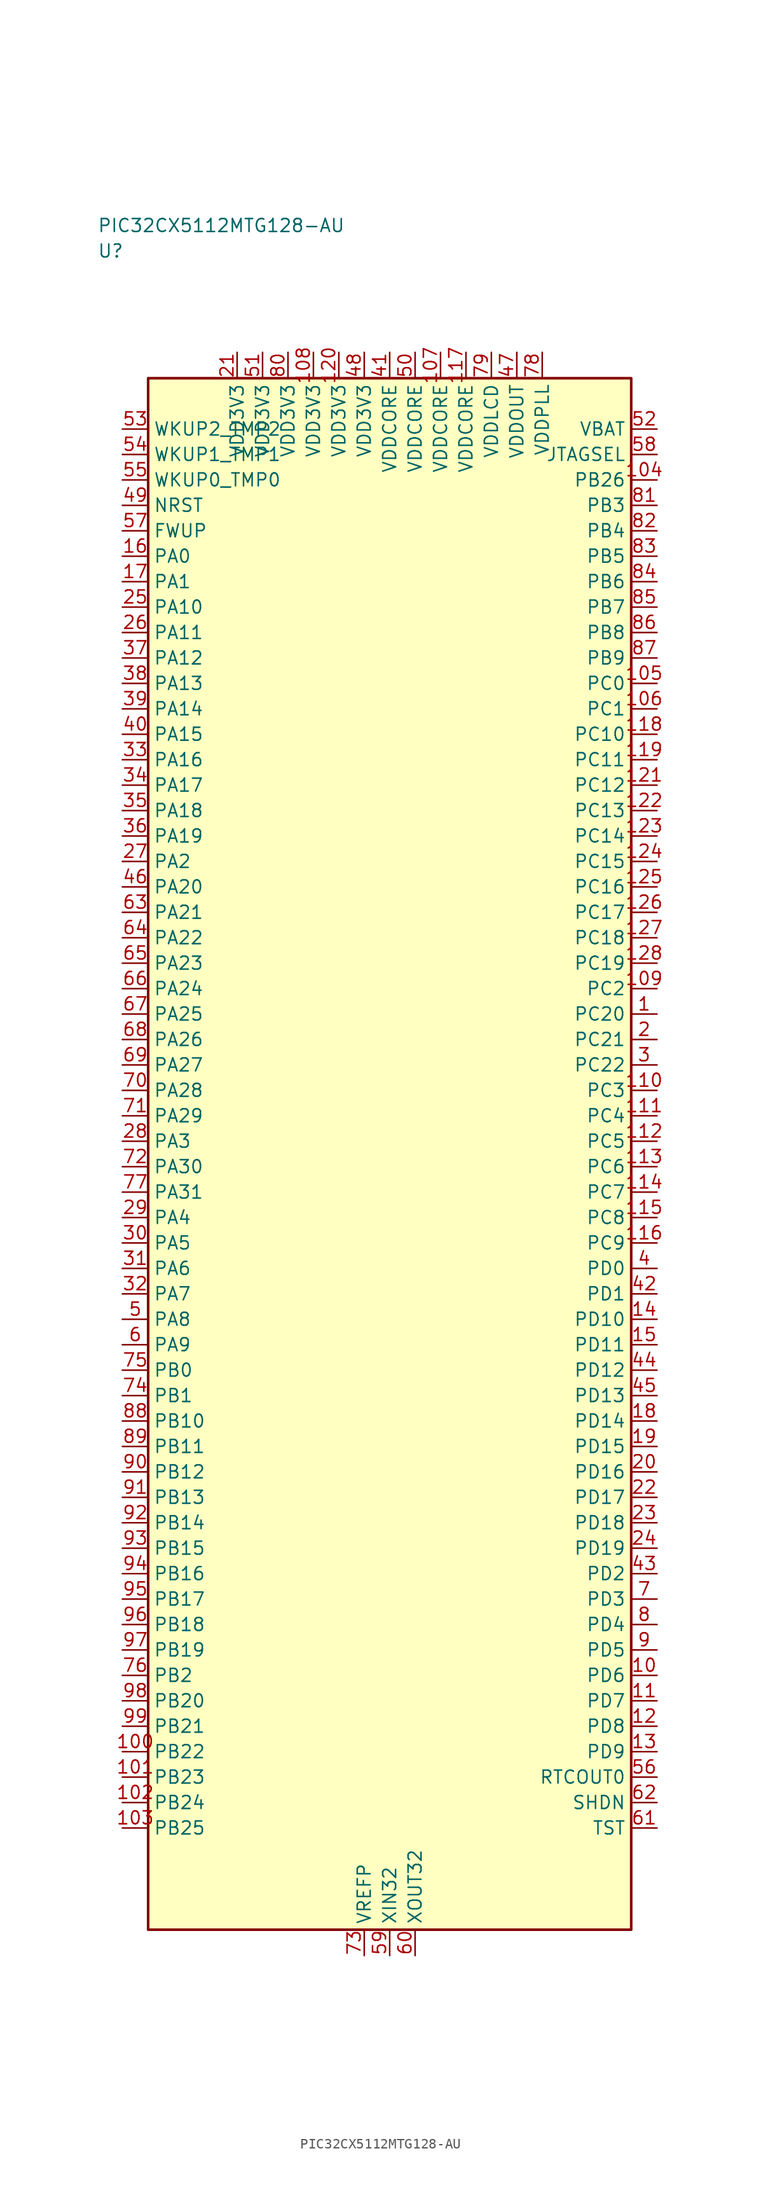
<source format=kicad_sym>
(kicad_symbol_lib
  (version 20241025)
  (generator "kicad_symbol_editor")
  (generator_version "8.0")
  (symbol "PIC32CX5112MTG128-AU"
    (property "Reference" "U"
      (at -28.75 88.75 0)
      (effects (font (size 1.27 1.27)) (justify left)))
    (property "Value" "PIC32CX5112MTG128-AU"
      (at -28.75 91.25 0)
      (effects (font (size 1.27 1.27)) (justify left)))
    (symbol "PIC32CX5112MTG128-AU_0_1"
      (rectangle (start -23.75 76.25) (end 23.75 -76.25) (stroke (width 0.254) (type default)) (fill (type background))))
    (symbol "PIC32CX5112MTG128-AU_1_1"
      (pin bidirectional line (at -26.29 58.75 0.0) (length 2.54) (name "PA0" (effects (font (size 1.27 1.27)))) (number "16" (effects (font (size 1.27 1.27)))))
      (pin bidirectional line (at -26.29 56.25 0.0) (length 2.54) (name "PA1" (effects (font (size 1.27 1.27)))) (number "17" (effects (font (size 1.27 1.27)))))
      (pin bidirectional line (at -26.29 28.75 0.0) (length 2.54) (name "PA2" (effects (font (size 1.27 1.27)))) (number "27" (effects (font (size 1.27 1.27)))))
      (pin bidirectional line (at -26.29 1.25 0.0) (length 2.54) (name "PA3" (effects (font (size 1.27 1.27)))) (number "28" (effects (font (size 1.27 1.27)))))
      (pin bidirectional line (at -26.29 -6.25 0.0) (length 2.54) (name "PA4" (effects (font (size 1.27 1.27)))) (number "29" (effects (font (size 1.27 1.27)))))
      (pin bidirectional line (at -26.29 -8.75 0.0) (length 2.54) (name "PA5" (effects (font (size 1.27 1.27)))) (number "30" (effects (font (size 1.27 1.27)))))
      (pin bidirectional line (at -26.29 -11.25 0.0) (length 2.54) (name "PA6" (effects (font (size 1.27 1.27)))) (number "31" (effects (font (size 1.27 1.27)))))
      (pin bidirectional line (at -26.29 -13.75 0.0) (length 2.54) (name "PA7" (effects (font (size 1.27 1.27)))) (number "32" (effects (font (size 1.27 1.27)))))
      (pin bidirectional line (at -26.29 -16.25 0.0) (length 2.54) (name "PA8" (effects (font (size 1.27 1.27)))) (number "5" (effects (font (size 1.27 1.27)))))
      (pin bidirectional line (at -26.29 -18.75 0.0) (length 2.54) (name "PA9" (effects (font (size 1.27 1.27)))) (number "6" (effects (font (size 1.27 1.27)))))
      (pin bidirectional line (at -26.29 53.75 0.0) (length 2.54) (name "PA10" (effects (font (size 1.27 1.27)))) (number "25" (effects (font (size 1.27 1.27)))))
      (pin bidirectional line (at -26.29 51.25 0.0) (length 2.54) (name "PA11" (effects (font (size 1.27 1.27)))) (number "26" (effects (font (size 1.27 1.27)))))
      (pin bidirectional line (at -26.29 48.75 0.0) (length 2.54) (name "PA12" (effects (font (size 1.27 1.27)))) (number "37" (effects (font (size 1.27 1.27)))))
      (pin bidirectional line (at -26.29 46.25 0.0) (length 2.54) (name "PA13" (effects (font (size 1.27 1.27)))) (number "38" (effects (font (size 1.27 1.27)))))
      (pin bidirectional line (at -26.29 43.75 0.0) (length 2.54) (name "PA14" (effects (font (size 1.27 1.27)))) (number "39" (effects (font (size 1.27 1.27)))))
      (pin bidirectional line (at -26.29 41.25 0.0) (length 2.54) (name "PA15" (effects (font (size 1.27 1.27)))) (number "40" (effects (font (size 1.27 1.27)))))
      (pin bidirectional line (at -26.29 38.75 0.0) (length 2.54) (name "PA16" (effects (font (size 1.27 1.27)))) (number "33" (effects (font (size 1.27 1.27)))))
      (pin bidirectional line (at -26.29 36.25 0.0) (length 2.54) (name "PA17" (effects (font (size 1.27 1.27)))) (number "34" (effects (font (size 1.27 1.27)))))
      (pin bidirectional line (at -26.29 33.75 0.0) (length 2.54) (name "PA18" (effects (font (size 1.27 1.27)))) (number "35" (effects (font (size 1.27 1.27)))))
      (pin bidirectional line (at -26.29 31.25 0.0) (length 2.54) (name "PA19" (effects (font (size 1.27 1.27)))) (number "36" (effects (font (size 1.27 1.27)))))
      (pin bidirectional line (at -26.29 26.25 0.0) (length 2.54) (name "PA20" (effects (font (size 1.27 1.27)))) (number "46" (effects (font (size 1.27 1.27)))))
      (pin bidirectional line (at -26.29 23.75 0.0) (length 2.54) (name "PA21" (effects (font (size 1.27 1.27)))) (number "63" (effects (font (size 1.27 1.27)))))
      (pin bidirectional line (at -26.29 21.25 0.0) (length 2.54) (name "PA22" (effects (font (size 1.27 1.27)))) (number "64" (effects (font (size 1.27 1.27)))))
      (pin bidirectional line (at -26.29 18.75 0.0) (length 2.54) (name "PA23" (effects (font (size 1.27 1.27)))) (number "65" (effects (font (size 1.27 1.27)))))
      (pin bidirectional line (at -26.29 16.25 0.0) (length 2.54) (name "PA24" (effects (font (size 1.27 1.27)))) (number "66" (effects (font (size 1.27 1.27)))))
      (pin bidirectional line (at -26.29 13.75 0.0) (length 2.54) (name "PA25" (effects (font (size 1.27 1.27)))) (number "67" (effects (font (size 1.27 1.27)))))
      (pin bidirectional line (at -26.29 11.25 0.0) (length 2.54) (name "PA26" (effects (font (size 1.27 1.27)))) (number "68" (effects (font (size 1.27 1.27)))))
      (pin bidirectional line (at -26.29 8.75 0.0) (length 2.54) (name "PA27" (effects (font (size 1.27 1.27)))) (number "69" (effects (font (size 1.27 1.27)))))
      (pin bidirectional line (at -26.29 6.25 0.0) (length 2.54) (name "PA28" (effects (font (size 1.27 1.27)))) (number "70" (effects (font (size 1.27 1.27)))))
      (pin bidirectional line (at -26.29 3.75 0.0) (length 2.54) (name "PA29" (effects (font (size 1.27 1.27)))) (number "71" (effects (font (size 1.27 1.27)))))
      (pin bidirectional line (at -26.29 -1.25 0.0) (length 2.54) (name "PA30" (effects (font (size 1.27 1.27)))) (number "72" (effects (font (size 1.27 1.27)))))
      (pin bidirectional line (at -26.29 -23.75 0.0) (length 2.54) (name "PB1" (effects (font (size 1.27 1.27)))) (number "74" (effects (font (size 1.27 1.27)))))
      (pin bidirectional line (at -26.29 -21.25 0.0) (length 2.54) (name "PB0" (effects (font (size 1.27 1.27)))) (number "75" (effects (font (size 1.27 1.27)))))
      (pin bidirectional line (at -26.29 -51.25 0.0) (length 2.54) (name "PB2" (effects (font (size 1.27 1.27)))) (number "76" (effects (font (size 1.27 1.27)))))
      (pin bidirectional line (at -26.29 -3.75 0.0) (length 2.54) (name "PA31" (effects (font (size 1.27 1.27)))) (number "77" (effects (font (size 1.27 1.27)))))
      (pin bidirectional line (at 26.29 63.75 180.0) (length 2.54) (name "PB3" (effects (font (size 1.27 1.27)))) (number "81" (effects (font (size 1.27 1.27)))))
      (pin bidirectional line (at 26.29 61.25 180.0) (length 2.54) (name "PB4" (effects (font (size 1.27 1.27)))) (number "82" (effects (font (size 1.27 1.27)))))
      (pin bidirectional line (at 26.29 58.75 180.0) (length 2.54) (name "PB5" (effects (font (size 1.27 1.27)))) (number "83" (effects (font (size 1.27 1.27)))))
      (pin bidirectional line (at 26.29 56.25 180.0) (length 2.54) (name "PB6" (effects (font (size 1.27 1.27)))) (number "84" (effects (font (size 1.27 1.27)))))
      (pin bidirectional line (at 26.29 53.75 180.0) (length 2.54) (name "PB7" (effects (font (size 1.27 1.27)))) (number "85" (effects (font (size 1.27 1.27)))))
      (pin bidirectional line (at 26.29 51.25 180.0) (length 2.54) (name "PB8" (effects (font (size 1.27 1.27)))) (number "86" (effects (font (size 1.27 1.27)))))
      (pin bidirectional line (at 26.29 48.75 180.0) (length 2.54) (name "PB9" (effects (font (size 1.27 1.27)))) (number "87" (effects (font (size 1.27 1.27)))))
      (pin bidirectional line (at -26.29 -26.25 0.0) (length 2.54) (name "PB10" (effects (font (size 1.27 1.27)))) (number "88" (effects (font (size 1.27 1.27)))))
      (pin bidirectional line (at -26.29 -28.75 0.0) (length 2.54) (name "PB11" (effects (font (size 1.27 1.27)))) (number "89" (effects (font (size 1.27 1.27)))))
      (pin bidirectional line (at -26.29 -31.25 0.0) (length 2.54) (name "PB12" (effects (font (size 1.27 1.27)))) (number "90" (effects (font (size 1.27 1.27)))))
      (pin bidirectional line (at -26.29 -33.75 0.0) (length 2.54) (name "PB13" (effects (font (size 1.27 1.27)))) (number "91" (effects (font (size 1.27 1.27)))))
      (pin bidirectional line (at -26.29 -36.25 0.0) (length 2.54) (name "PB14" (effects (font (size 1.27 1.27)))) (number "92" (effects (font (size 1.27 1.27)))))
      (pin bidirectional line (at -26.29 -38.75 0.0) (length 2.54) (name "PB15" (effects (font (size 1.27 1.27)))) (number "93" (effects (font (size 1.27 1.27)))))
      (pin bidirectional line (at -26.29 -41.25 0.0) (length 2.54) (name "PB16" (effects (font (size 1.27 1.27)))) (number "94" (effects (font (size 1.27 1.27)))))
      (pin bidirectional line (at -26.29 -43.75 0.0) (length 2.54) (name "PB17" (effects (font (size 1.27 1.27)))) (number "95" (effects (font (size 1.27 1.27)))))
      (pin bidirectional line (at -26.29 -46.25 0.0) (length 2.54) (name "PB18" (effects (font (size 1.27 1.27)))) (number "96" (effects (font (size 1.27 1.27)))))
      (pin bidirectional line (at -26.29 -48.75 0.0) (length 2.54) (name "PB19" (effects (font (size 1.27 1.27)))) (number "97" (effects (font (size 1.27 1.27)))))
      (pin bidirectional line (at -26.29 -53.75 0.0) (length 2.54) (name "PB20" (effects (font (size 1.27 1.27)))) (number "98" (effects (font (size 1.27 1.27)))))
      (pin bidirectional line (at -26.29 -56.25 0.0) (length 2.54) (name "PB21" (effects (font (size 1.27 1.27)))) (number "99" (effects (font (size 1.27 1.27)))))
      (pin bidirectional line (at -26.29 -58.75 0.0) (length 2.54) (name "PB22" (effects (font (size 1.27 1.27)))) (number "100" (effects (font (size 1.27 1.27)))))
      (pin bidirectional line (at -26.29 -61.25 0.0) (length 2.54) (name "PB23" (effects (font (size 1.27 1.27)))) (number "101" (effects (font (size 1.27 1.27)))))
      (pin bidirectional line (at -26.29 -63.75 0.0) (length 2.54) (name "PB24" (effects (font (size 1.27 1.27)))) (number "102" (effects (font (size 1.27 1.27)))))
      (pin bidirectional line (at -26.29 -66.25 0.0) (length 2.54) (name "PB25" (effects (font (size 1.27 1.27)))) (number "103" (effects (font (size 1.27 1.27)))))
      (pin bidirectional line (at 26.29 66.25 180.0) (length 2.54) (name "PB26" (effects (font (size 1.27 1.27)))) (number "104" (effects (font (size 1.27 1.27)))))
      (pin bidirectional line (at 26.29 46.25 180.0) (length 2.54) (name "PC0" (effects (font (size 1.27 1.27)))) (number "105" (effects (font (size 1.27 1.27)))))
      (pin bidirectional line (at 26.29 43.75 180.0) (length 2.54) (name "PC1" (effects (font (size 1.27 1.27)))) (number "106" (effects (font (size 1.27 1.27)))))
      (pin bidirectional line (at 26.29 16.25 180.0) (length 2.54) (name "PC2" (effects (font (size 1.27 1.27)))) (number "109" (effects (font (size 1.27 1.27)))))
      (pin bidirectional line (at 26.29 6.25 180.0) (length 2.54) (name "PC3" (effects (font (size 1.27 1.27)))) (number "110" (effects (font (size 1.27 1.27)))))
      (pin bidirectional line (at 26.29 3.75 180.0) (length 2.54) (name "PC4" (effects (font (size 1.27 1.27)))) (number "111" (effects (font (size 1.27 1.27)))))
      (pin bidirectional line (at 26.29 1.25 180.0) (length 2.54) (name "PC5" (effects (font (size 1.27 1.27)))) (number "112" (effects (font (size 1.27 1.27)))))
      (pin bidirectional line (at 26.29 -1.25 180.0) (length 2.54) (name "PC6" (effects (font (size 1.27 1.27)))) (number "113" (effects (font (size 1.27 1.27)))))
      (pin bidirectional line (at 26.29 -3.75 180.0) (length 2.54) (name "PC7" (effects (font (size 1.27 1.27)))) (number "114" (effects (font (size 1.27 1.27)))))
      (pin bidirectional line (at 26.29 -6.25 180.0) (length 2.54) (name "PC8" (effects (font (size 1.27 1.27)))) (number "115" (effects (font (size 1.27 1.27)))))
      (pin bidirectional line (at 26.29 -8.75 180.0) (length 2.54) (name "PC9" (effects (font (size 1.27 1.27)))) (number "116" (effects (font (size 1.27 1.27)))))
      (pin bidirectional line (at 26.29 41.25 180.0) (length 2.54) (name "PC10" (effects (font (size 1.27 1.27)))) (number "118" (effects (font (size 1.27 1.27)))))
      (pin bidirectional line (at 26.29 38.75 180.0) (length 2.54) (name "PC11" (effects (font (size 1.27 1.27)))) (number "119" (effects (font (size 1.27 1.27)))))
      (pin bidirectional line (at 26.29 36.25 180.0) (length 2.54) (name "PC12" (effects (font (size 1.27 1.27)))) (number "121" (effects (font (size 1.27 1.27)))))
      (pin bidirectional line (at 26.29 33.75 180.0) (length 2.54) (name "PC13" (effects (font (size 1.27 1.27)))) (number "122" (effects (font (size 1.27 1.27)))))
      (pin bidirectional line (at 26.29 31.25 180.0) (length 2.54) (name "PC14" (effects (font (size 1.27 1.27)))) (number "123" (effects (font (size 1.27 1.27)))))
      (pin bidirectional line (at 26.29 28.75 180.0) (length 2.54) (name "PC15" (effects (font (size 1.27 1.27)))) (number "124" (effects (font (size 1.27 1.27)))))
      (pin bidirectional line (at 26.29 26.25 180.0) (length 2.54) (name "PC16" (effects (font (size 1.27 1.27)))) (number "125" (effects (font (size 1.27 1.27)))))
      (pin bidirectional line (at 26.29 23.75 180.0) (length 2.54) (name "PC17" (effects (font (size 1.27 1.27)))) (number "126" (effects (font (size 1.27 1.27)))))
      (pin bidirectional line (at 26.29 21.25 180.0) (length 2.54) (name "PC18" (effects (font (size 1.27 1.27)))) (number "127" (effects (font (size 1.27 1.27)))))
      (pin bidirectional line (at 26.29 18.75 180.0) (length 2.54) (name "PC19" (effects (font (size 1.27 1.27)))) (number "128" (effects (font (size 1.27 1.27)))))
      (pin bidirectional line (at 26.29 13.75 180.0) (length 2.54) (name "PC20" (effects (font (size 1.27 1.27)))) (number "1" (effects (font (size 1.27 1.27)))))
      (pin bidirectional line (at 26.29 11.25 180.0) (length 2.54) (name "PC21" (effects (font (size 1.27 1.27)))) (number "2" (effects (font (size 1.27 1.27)))))
      (pin bidirectional line (at 26.29 8.75 180.0) (length 2.54) (name "PC22" (effects (font (size 1.27 1.27)))) (number "3" (effects (font (size 1.27 1.27)))))
      (pin bidirectional line (at 26.29 -11.25 180.0) (length 2.54) (name "PD0" (effects (font (size 1.27 1.27)))) (number "4" (effects (font (size 1.27 1.27)))))
      (pin bidirectional line (at 26.29 -13.75 180.0) (length 2.54) (name "PD1" (effects (font (size 1.27 1.27)))) (number "42" (effects (font (size 1.27 1.27)))))
      (pin bidirectional line (at 26.29 -41.25 180.0) (length 2.54) (name "PD2" (effects (font (size 1.27 1.27)))) (number "43" (effects (font (size 1.27 1.27)))))
      (pin bidirectional line (at 26.29 -43.75 180.0) (length 2.54) (name "PD3" (effects (font (size 1.27 1.27)))) (number "7" (effects (font (size 1.27 1.27)))))
      (pin bidirectional line (at 26.29 -46.25 180.0) (length 2.54) (name "PD4" (effects (font (size 1.27 1.27)))) (number "8" (effects (font (size 1.27 1.27)))))
      (pin bidirectional line (at 26.29 -48.75 180.0) (length 2.54) (name "PD5" (effects (font (size 1.27 1.27)))) (number "9" (effects (font (size 1.27 1.27)))))
      (pin bidirectional line (at 26.29 -51.25 180.0) (length 2.54) (name "PD6" (effects (font (size 1.27 1.27)))) (number "10" (effects (font (size 1.27 1.27)))))
      (pin bidirectional line (at 26.29 -53.75 180.0) (length 2.54) (name "PD7" (effects (font (size 1.27 1.27)))) (number "11" (effects (font (size 1.27 1.27)))))
      (pin bidirectional line (at 26.29 -56.25 180.0) (length 2.54) (name "PD8" (effects (font (size 1.27 1.27)))) (number "12" (effects (font (size 1.27 1.27)))))
      (pin bidirectional line (at 26.29 -58.75 180.0) (length 2.54) (name "PD9" (effects (font (size 1.27 1.27)))) (number "13" (effects (font (size 1.27 1.27)))))
      (pin bidirectional line (at 26.29 -16.25 180.0) (length 2.54) (name "PD10" (effects (font (size 1.27 1.27)))) (number "14" (effects (font (size 1.27 1.27)))))
      (pin bidirectional line (at 26.29 -18.75 180.0) (length 2.54) (name "PD11" (effects (font (size 1.27 1.27)))) (number "15" (effects (font (size 1.27 1.27)))))
      (pin bidirectional line (at 26.29 -21.25 180.0) (length 2.54) (name "PD12" (effects (font (size 1.27 1.27)))) (number "44" (effects (font (size 1.27 1.27)))))
      (pin bidirectional line (at 26.29 -23.75 180.0) (length 2.54) (name "PD13" (effects (font (size 1.27 1.27)))) (number "45" (effects (font (size 1.27 1.27)))))
      (pin bidirectional line (at 26.29 -26.25 180.0) (length 2.54) (name "PD14" (effects (font (size 1.27 1.27)))) (number "18" (effects (font (size 1.27 1.27)))))
      (pin bidirectional line (at 26.29 -28.75 180.0) (length 2.54) (name "PD15" (effects (font (size 1.27 1.27)))) (number "19" (effects (font (size 1.27 1.27)))))
      (pin bidirectional line (at 26.29 -31.25 180.0) (length 2.54) (name "PD16" (effects (font (size 1.27 1.27)))) (number "20" (effects (font (size 1.27 1.27)))))
      (pin bidirectional line (at 26.29 -33.75 180.0) (length 2.54) (name "PD17" (effects (font (size 1.27 1.27)))) (number "22" (effects (font (size 1.27 1.27)))))
      (pin bidirectional line (at 26.29 -36.25 180.0) (length 2.54) (name "PD18" (effects (font (size 1.27 1.27)))) (number "23" (effects (font (size 1.27 1.27)))))
      (pin bidirectional line (at 26.29 -38.75 180.0) (length 2.54) (name "PD19" (effects (font (size 1.27 1.27)))) (number "24" (effects (font (size 1.27 1.27)))))
      (pin input line (at -26.29 63.75 0.0) (length 2.54) (name "NRST" (effects (font (size 1.27 1.27)))) (number "49" (effects (font (size 1.27 1.27)))))
      (pin bidirectional line (at -26.29 61.25 0.0) (length 2.54) (name "FWUP" (effects (font (size 1.27 1.27)))) (number "57" (effects (font (size 1.27 1.27)))))
      (pin output line (at 26.29 68.75 180.0) (length 2.54) (name "JTAGSEL" (effects (font (size 1.27 1.27)))) (number "58" (effects (font (size 1.27 1.27)))))
      (pin bidirectional line (at 26.29 -63.75 180.0) (length 2.54) (name "SHDN" (effects (font (size 1.27 1.27)))) (number "62" (effects (font (size 1.27 1.27)))))
      (pin bidirectional line (at 26.29 -66.25 180.0) (length 2.54) (name "TST" (effects (font (size 1.27 1.27)))) (number "61" (effects (font (size 1.27 1.27)))))
      (pin bidirectional line (at 26.29 -61.25 180.0) (length 2.54) (name "RTCOUT0" (effects (font (size 1.27 1.27)))) (number "56" (effects (font (size 1.27 1.27)))))
      (pin input line (at -26.29 66.25 0.0) (length 2.54) (name "WKUP0_TMP0" (effects (font (size 1.27 1.27)))) (number "55" (effects (font (size 1.27 1.27)))))
      (pin input line (at -26.29 68.75 0.0) (length 2.54) (name "WKUP1_TMP1" (effects (font (size 1.27 1.27)))) (number "54" (effects (font (size 1.27 1.27)))))
      (pin input line (at -26.29 71.25 0.0) (length 2.54) (name "WKUP2_TMP2" (effects (font (size 1.27 1.27)))) (number "53" (effects (font (size 1.27 1.27)))))
      (pin passive line (at 2.5 -78.79 90.0) (length 2.54) (name "XOUT32" (effects (font (size 1.27 1.27)))) (number "60" (effects (font (size 1.27 1.27)))))
      (pin passive line (at 0.0 -78.79 90.0) (length 2.54) (name "XIN32" (effects (font (size 1.27 1.27)))) (number "59" (effects (font (size 1.27 1.27)))))
      (pin power_in line (at -15.0 78.79 270.0) (length 2.54) (name "VDD3V3" (effects (font (size 1.27 1.27)))) (number "21" (effects (font (size 1.27 1.27)))))
      (pin output line (at 26.29 71.25 180.0) (length 2.54) (name "VBAT" (effects (font (size 1.27 1.27)))) (number "52" (effects (font (size 1.27 1.27)))))
      (pin power_in line (at -12.5 78.79 270.0) (length 2.54) (name "VDD3V3" (effects (font (size 1.27 1.27)))) (number "51" (effects (font (size 1.27 1.27)))))
      (pin power_in line (at -10.0 78.79 270.0) (length 2.54) (name "VDD3V3" (effects (font (size 1.27 1.27)))) (number "80" (effects (font (size 1.27 1.27)))))
      (pin power_in line (at -7.5 78.79 270.0) (length 2.54) (name "VDD3V3" (effects (font (size 1.27 1.27)))) (number "108" (effects (font (size 1.27 1.27)))))
      (pin power_in line (at -5.0 78.79 270.0) (length 2.54) (name "VDD3V3" (effects (font (size 1.27 1.27)))) (number "120" (effects (font (size 1.27 1.27)))))
      (pin power_in line (at 0.0 78.79 270.0) (length 2.54) (name "VDDCORE" (effects (font (size 1.27 1.27)))) (number "41" (effects (font (size 1.27 1.27)))))
      (pin power_in line (at 2.5 78.79 270.0) (length 2.54) (name "VDDCORE" (effects (font (size 1.27 1.27)))) (number "50" (effects (font (size 1.27 1.27)))))
      (pin power_in line (at 5.0 78.79 270.0) (length 2.54) (name "VDDCORE" (effects (font (size 1.27 1.27)))) (number "107" (effects (font (size 1.27 1.27)))))
      (pin power_in line (at 7.5 78.79 270.0) (length 2.54) (name "VDDCORE" (effects (font (size 1.27 1.27)))) (number "117" (effects (font (size 1.27 1.27)))))
      (pin power_in line (at 15.0 78.79 270.0) (length 2.54) (name "VDDPLL" (effects (font (size 1.27 1.27)))) (number "78" (effects (font (size 1.27 1.27)))))
      (pin power_in line (at 12.5 78.79 270.0) (length 2.54) (name "VDDOUT" (effects (font (size 1.27 1.27)))) (number "47" (effects (font (size 1.27 1.27)))))
      (pin power_in line (at -2.5 78.79 270.0) (length 2.54) (name "VDD3V3" (effects (font (size 1.27 1.27)))) (number "48" (effects (font (size 1.27 1.27)))))
      (pin passive line (at -2.5 -78.79 90.0) (length 2.54) (name "VREFP" (effects (font (size 1.27 1.27)))) (number "73" (effects (font (size 1.27 1.27)))))
      (pin power_in line (at 10.0 78.79 270.0) (length 2.54) (name "VDDLCD" (effects (font (size 1.27 1.27)))) (number "79" (effects (font (size 1.27 1.27))))))))
</source>
